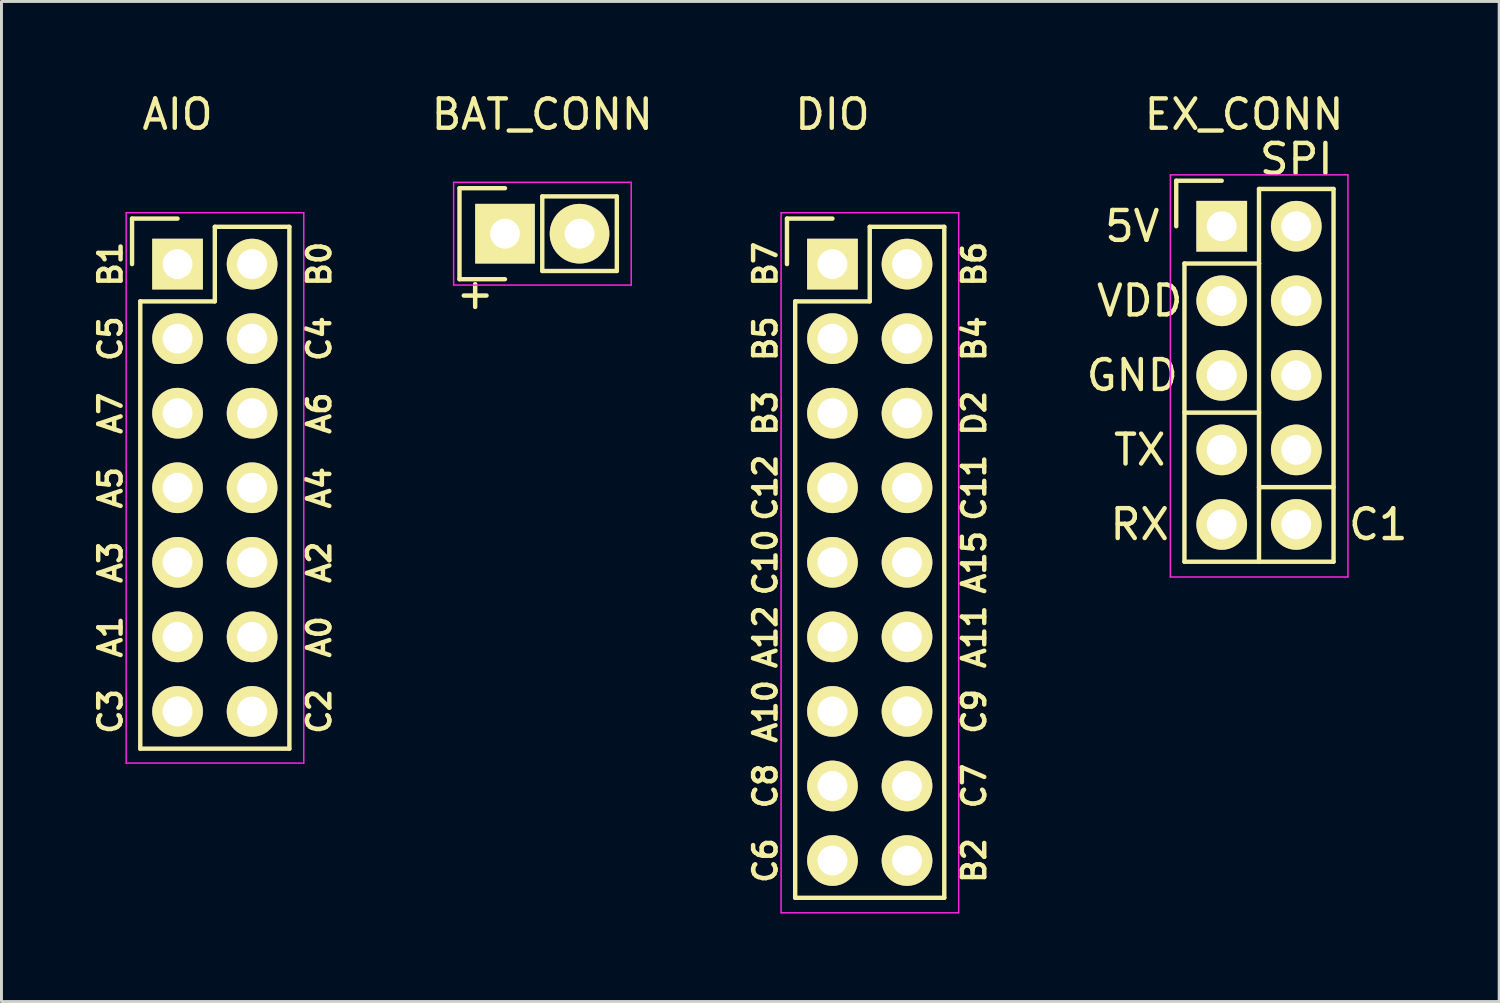
<source format=kicad_pcb>
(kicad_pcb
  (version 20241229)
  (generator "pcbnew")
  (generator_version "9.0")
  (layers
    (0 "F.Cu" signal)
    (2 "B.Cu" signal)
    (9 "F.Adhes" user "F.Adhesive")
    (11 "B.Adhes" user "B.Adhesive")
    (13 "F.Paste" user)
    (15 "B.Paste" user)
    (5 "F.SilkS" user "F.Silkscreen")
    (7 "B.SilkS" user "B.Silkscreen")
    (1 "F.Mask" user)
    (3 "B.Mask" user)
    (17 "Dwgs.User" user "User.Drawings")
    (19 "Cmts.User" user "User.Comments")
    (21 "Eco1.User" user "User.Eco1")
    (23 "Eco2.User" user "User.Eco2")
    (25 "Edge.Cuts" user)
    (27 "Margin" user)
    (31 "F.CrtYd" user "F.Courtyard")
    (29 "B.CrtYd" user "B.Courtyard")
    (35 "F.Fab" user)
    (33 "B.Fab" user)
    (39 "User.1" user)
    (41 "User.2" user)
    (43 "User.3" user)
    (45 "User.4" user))
  (footprint "DIO"
    (layer "F.Cu")
    (at 25.312 5.948)
    (property "Reference" "DIO" (at 0 -5.1 0) (layer "F.SilkS") (effects (font (size 1 1) (thickness 0.15))))
    (attr through_hole)
    (fp_line (start -1.55 -1.55) (end -1.55 0) (stroke (width 0.15) (type solid)) (layer "F.SilkS"))
    (fp_line (start -1.27 1.27) (end -1.27 21.59) (stroke (width 0.15) (type solid)) (layer "F.SilkS"))
    (fp_line (start 0 -1.55) (end -1.55 -1.55) (stroke (width 0.15) (type solid)) (layer "F.SilkS"))
    (fp_line (start 1.27 -1.27) (end 1.27 1.27) (stroke (width 0.15) (type solid)) (layer "F.SilkS"))
    (fp_line (start 1.27 1.27) (end -1.27 1.27) (stroke (width 0.15) (type solid)) (layer "F.SilkS"))
    (fp_line (start 3.81 -1.27) (end 1.27 -1.27) (stroke (width 0.15) (type solid)) (layer "F.SilkS"))
    (fp_line (start 3.81 21.59) (end -1.27 21.59) (stroke (width 0.15) (type solid)) (layer "F.SilkS"))
    (fp_line (start 3.81 21.59) (end 3.81 -1.27) (stroke (width 0.15) (type solid)) (layer "F.SilkS"))
    (fp_line (start -1.75 -1.75) (end -1.75 22.1) (stroke (width 0.05) (type solid)) (layer "F.CrtYd"))
    (fp_line (start -1.75 -1.75) (end 4.3 -1.75) (stroke (width 0.05) (type solid)) (layer "F.CrtYd"))
    (fp_line (start -1.75 22.1) (end 4.3 22.1) (stroke (width 0.05) (type solid)) (layer "F.CrtYd"))
    (fp_line (start 4.3 -1.75) (end 4.3 22.1) (stroke (width 0.05) (type solid)) (layer "F.CrtYd"))
    (fp_text user "B7" (at -2.286 0 90) (layer "F.SilkS") (effects (font (size 0.762 0.762) (thickness 0.152))))
    (fp_text user "A11" (at 4.826 12.7 90) (layer "F.SilkS") (effects (font (size 0.762 0.762) (thickness 0.152))))
    (fp_text user "C7" (at 4.826 17.78 90) (layer "F.SilkS") (effects (font (size 0.762 0.762) (thickness 0.152))))
    (fp_text user "B5" (at -2.286 2.54 90) (layer "F.SilkS") (effects (font (size 0.762 0.762) (thickness 0.152))))
    (fp_text user "C6" (at -2.286 20.32 90) (layer "F.SilkS") (effects (font (size 0.762 0.762) (thickness 0.152))))
    (fp_text user "A12" (at -2.286 12.7 90) (layer "F.SilkS") (effects (font (size 0.762 0.762) (thickness 0.152))))
    (fp_text user "C11" (at 4.826 7.62 90) (layer "F.SilkS") (effects (font (size 0.762 0.762) (thickness 0.152))))
    (fp_text user "B2" (at 4.826 20.32 90) (layer "F.SilkS") (effects (font (size 0.762 0.762) (thickness 0.152))))
    (fp_text user "B3" (at -2.286 5.08 90) (layer "F.SilkS") (effects (font (size 0.762 0.762) (thickness 0.152))))
    (fp_text user "A15" (at 4.826 10.16 270) (layer "F.SilkS") (effects (font (size 0.762 0.762) (thickness 0.152))))
    (fp_text user "B4" (at 4.826 2.54 90) (layer "F.SilkS") (effects (font (size 0.762 0.762) (thickness 0.152))))
    (fp_text user "C8" (at -2.286 17.78 90) (layer "F.SilkS") (effects (font (size 0.762 0.762) (thickness 0.152))))
    (fp_text user "C12" (at -2.286 7.62 90) (layer "F.SilkS") (effects (font (size 0.762 0.762) (thickness 0.152))))
    (fp_text user "C10" (at -2.286 10.16 90) (layer "F.SilkS") (effects (font (size 0.762 0.762) (thickness 0.152))))
    (fp_text user "D2" (at 4.826 5.08 90) (layer "F.SilkS") (effects (font (size 0.762 0.762) (thickness 0.152))))
    (fp_text user "A10" (at -2.286 15.24 90) (layer "F.SilkS") (effects (font (size 0.762 0.762) (thickness 0.152))))
    (fp_text user "B6" (at 4.826 0 90) (layer "F.SilkS") (effects (font (size 0.762 0.762) (thickness 0.152))))
    (fp_text user "C9" (at 4.826 15.24 90) (layer "F.SilkS") (effects (font (size 0.762 0.762) (thickness 0.152))))
    (pad "1" thru_hole rect (at 0 0) (size 1.727 1.727) (drill 1.016) (layers "*.Cu" "*.Mask" "F.SilkS"))
    (pad "2" thru_hole oval (at 2.54 0) (size 1.727 1.727) (drill 1.016) (layers "*.Cu" "*.Mask" "F.SilkS"))
    (pad "3" thru_hole oval (at 0 2.54) (size 1.727 1.727) (drill 1.016) (layers "*.Cu" "*.Mask" "F.SilkS"))
    (pad "4" thru_hole oval (at 2.54 2.54) (size 1.727 1.727) (drill 1.016) (layers "*.Cu" "*.Mask" "F.SilkS"))
    (pad "5" thru_hole oval (at 0 5.08) (size 1.727 1.727) (drill 1.016) (layers "*.Cu" "*.Mask" "F.SilkS"))
    (pad "6" thru_hole oval (at 2.54 5.08) (size 1.727 1.727) (drill 1.016) (layers "*.Cu" "*.Mask" "F.SilkS"))
    (pad "7" thru_hole oval (at 0 7.62) (size 1.727 1.727) (drill 1.016) (layers "*.Cu" "*.Mask" "F.SilkS"))
    (pad "8" thru_hole oval (at 2.54 7.62) (size 1.727 1.727) (drill 1.016) (layers "*.Cu" "*.Mask" "F.SilkS"))
    (pad "9" thru_hole oval (at 0 10.16) (size 1.727 1.727) (drill 1.016) (layers "*.Cu" "*.Mask" "F.SilkS"))
    (pad "10" thru_hole oval (at 2.54 10.16) (size 1.727 1.727) (drill 1.016) (layers "*.Cu" "*.Mask" "F.SilkS"))
    (pad "11" thru_hole oval (at 0 12.7) (size 1.727 1.727) (drill 1.016) (layers "*.Cu" "*.Mask" "F.SilkS"))
    (pad "12" thru_hole oval (at 2.54 12.7) (size 1.727 1.727) (drill 1.016) (layers "*.Cu" "*.Mask" "F.SilkS"))
    (pad "13" thru_hole oval (at 0 15.24) (size 1.727 1.727) (drill 1.016) (layers "*.Cu" "*.Mask" "F.SilkS"))
    (pad "14" thru_hole oval (at 2.54 15.24) (size 1.727 1.727) (drill 1.016) (layers "*.Cu" "*.Mask" "F.SilkS"))
    (pad "15" thru_hole oval (at 0 17.78) (size 1.727 1.727) (drill 1.016) (layers "*.Cu" "*.Mask" "F.SilkS"))
    (pad "16" thru_hole oval (at 2.54 17.78) (size 1.727 1.727) (drill 1.016) (layers "*.Cu" "*.Mask" "F.SilkS"))
    (pad "17" thru_hole oval (at 0 20.32) (size 1.727 1.727) (drill 1.016) (layers "*.Cu" "*.Mask" "F.SilkS"))
    (pad "18" thru_hole oval (at 2.54 20.32) (size 1.727 1.727) (drill 1.016) (layers "*.Cu" "*.Mask" "F.SilkS")))
  (footprint "BAT_CONN"
    (layer "F.Cu")
    (at 14.155 4.912)
    (property "Reference" "BAT_CONN" (at 1.27 -4.064 0) (layer "F.SilkS") (effects (font (size 1 1) (thickness 0.15))))
    (attr through_hole)
    (fp_line (start -1.55 -1.55) (end 0 -1.55) (stroke (width 0.15) (type solid)) (layer "F.SilkS"))
    (fp_line (start -1.55 1.55) (end -1.55 -1.55) (stroke (width 0.15) (type solid)) (layer "F.SilkS"))
    (fp_line (start 0 1.55) (end -1.55 1.55) (stroke (width 0.15) (type solid)) (layer "F.SilkS"))
    (fp_line (start 1.27 -1.27) (end 1.27 1.27) (stroke (width 0.15) (type solid)) (layer "F.SilkS"))
    (fp_line (start 1.27 -1.27) (end 3.81 -1.27) (stroke (width 0.15) (type solid)) (layer "F.SilkS"))
    (fp_line (start 1.27 1.27) (end 3.81 1.27) (stroke (width 0.15) (type solid)) (layer "F.SilkS"))
    (fp_line (start 3.81 1.27) (end 3.81 -1.27) (stroke (width 0.15) (type solid)) (layer "F.SilkS"))
    (fp_line (start -1.75 -1.75) (end 4.3 -1.75) (stroke (width 0.05) (type solid)) (layer "F.CrtYd"))
    (fp_line (start -1.75 1.75) (end -1.75 -1.75) (stroke (width 0.05) (type solid)) (layer "F.CrtYd"))
    (fp_line (start -1.75 1.75) (end 4.3 1.75) (stroke (width 0.05) (type solid)) (layer "F.CrtYd"))
    (fp_line (start 4.3 1.75) (end 4.3 -1.75) (stroke (width 0.05) (type solid)) (layer "F.CrtYd"))
    (fp_text user "+" (at -1.016 2.032 0) (layer "F.SilkS") (effects (font (size 1.016 1.016) (thickness 0.152))))
    (pad "1" thru_hole rect (at 0 0 90) (size 2.032 2.032) (drill 1.016) (layers "*.Cu" "*.Mask" "F.SilkS"))
    (pad "2" thru_hole oval (at 2.54 0 90) (size 2.032 2.032) (drill 1.016) (layers "*.Cu" "*.Mask" "F.SilkS")))
  (footprint "AIO"
    (layer "F.Cu")
    (at 2.999 5.948)
    (property "Reference" "AIO" (at 0 -5.1 0) (layer "F.SilkS") (effects (font (size 1 1) (thickness 0.15))))
    (attr through_hole)
    (fp_line (start -1.55 -1.55) (end -1.55 0) (stroke (width 0.15) (type solid)) (layer "F.SilkS"))
    (fp_line (start -1.27 1.27) (end -1.27 16.51) (stroke (width 0.15) (type solid)) (layer "F.SilkS"))
    (fp_line (start 0 -1.55) (end -1.55 -1.55) (stroke (width 0.15) (type solid)) (layer "F.SilkS"))
    (fp_line (start 1.27 -1.27) (end 1.27 1.27) (stroke (width 0.15) (type solid)) (layer "F.SilkS"))
    (fp_line (start 1.27 1.27) (end -1.27 1.27) (stroke (width 0.15) (type solid)) (layer "F.SilkS"))
    (fp_line (start 3.81 -1.27) (end 1.27 -1.27) (stroke (width 0.15) (type solid)) (layer "F.SilkS"))
    (fp_line (start 3.81 16.51) (end -1.27 16.51) (stroke (width 0.15) (type solid)) (layer "F.SilkS"))
    (fp_line (start 3.81 16.51) (end 3.81 -1.27) (stroke (width 0.15) (type solid)) (layer "F.SilkS"))
    (fp_line (start -1.75 -1.75) (end -1.75 17) (stroke (width 0.05) (type solid)) (layer "F.CrtYd"))
    (fp_line (start -1.75 -1.75) (end 4.3 -1.75) (stroke (width 0.05) (type solid)) (layer "F.CrtYd"))
    (fp_line (start -1.75 17) (end 4.3 17) (stroke (width 0.05) (type solid)) (layer "F.CrtYd"))
    (fp_line (start 4.3 -1.75) (end 4.3 17) (stroke (width 0.05) (type solid)) (layer "F.CrtYd"))
    (fp_text user "A3" (at -2.286 10.16 90) (layer "F.SilkS") (effects (font (size 0.762 0.762) (thickness 0.152))))
    (fp_text user "A4" (at 4.826 7.62 90) (layer "F.SilkS") (effects (font (size 0.762 0.762) (thickness 0.152))))
    (fp_text user "B0" (at 4.826 0 90) (layer "F.SilkS") (effects (font (size 0.762 0.762) (thickness 0.152))))
    (fp_text user "A2" (at 4.826 10.16 90) (layer "F.SilkS") (effects (font (size 0.762 0.762) (thickness 0.152))))
    (fp_text user "C5" (at -2.286 2.54 90) (layer "F.SilkS") (effects (font (size 0.762 0.762) (thickness 0.152))))
    (fp_text user "A7" (at -2.286 5.08 90) (layer "F.SilkS") (effects (font (size 0.762 0.762) (thickness 0.152))))
    (fp_text user "A5" (at -2.286 7.62 90) (layer "F.SilkS") (effects (font (size 0.762 0.762) (thickness 0.152))))
    (fp_text user "B1" (at -2.286 0 90) (layer "F.SilkS") (effects (font (size 0.762 0.762) (thickness 0.152))))
    (fp_text user "A1" (at -2.286 12.7 90) (layer "F.SilkS") (effects (font (size 0.762 0.762) (thickness 0.152))))
    (fp_text user "A0" (at 4.826 12.7 90) (layer "F.SilkS") (effects (font (size 0.762 0.762) (thickness 0.152))))
    (fp_text user "C4" (at 4.826 2.54 90) (layer "F.SilkS") (effects (font (size 0.762 0.762) (thickness 0.152))))
    (fp_text user "A6" (at 4.826 5.08 90) (layer "F.SilkS") (effects (font (size 0.762 0.762) (thickness 0.152))))
    (fp_text user "C3" (at -2.286 15.24 90) (layer "F.SilkS") (effects (font (size 0.762 0.762) (thickness 0.152))))
    (fp_text user "C2" (at 4.826 15.24 90) (layer "F.SilkS") (effects (font (size 0.762 0.762) (thickness 0.152))))
    (pad "1" thru_hole rect (at 0 0) (size 1.727 1.727) (drill 1.016) (layers "*.Cu" "*.Mask" "F.SilkS"))
    (pad "2" thru_hole oval (at 2.54 0) (size 1.727 1.727) (drill 1.016) (layers "*.Cu" "*.Mask" "F.SilkS"))
    (pad "3" thru_hole oval (at 0 2.54) (size 1.727 1.727) (drill 1.016) (layers "*.Cu" "*.Mask" "F.SilkS"))
    (pad "4" thru_hole oval (at 2.54 2.54) (size 1.727 1.727) (drill 1.016) (layers "*.Cu" "*.Mask" "F.SilkS"))
    (pad "5" thru_hole oval (at 0 5.08) (size 1.727 1.727) (drill 1.016) (layers "*.Cu" "*.Mask" "F.SilkS"))
    (pad "6" thru_hole oval (at 2.54 5.08) (size 1.727 1.727) (drill 1.016) (layers "*.Cu" "*.Mask" "F.SilkS"))
    (pad "7" thru_hole oval (at 0 7.62) (size 1.727 1.727) (drill 1.016) (layers "*.Cu" "*.Mask" "F.SilkS"))
    (pad "8" thru_hole oval (at 2.54 7.62) (size 1.727 1.727) (drill 1.016) (layers "*.Cu" "*.Mask" "F.SilkS"))
    (pad "9" thru_hole oval (at 0 10.16) (size 1.727 1.727) (drill 1.016) (layers "*.Cu" "*.Mask" "F.SilkS"))
    (pad "10" thru_hole oval (at 2.54 10.16) (size 1.727 1.727) (drill 1.016) (layers "*.Cu" "*.Mask" "F.SilkS"))
    (pad "11" thru_hole oval (at 0 12.7) (size 1.727 1.727) (drill 1.016) (layers "*.Cu" "*.Mask" "F.SilkS"))
    (pad "12" thru_hole oval (at 2.54 12.7) (size 1.727 1.727) (drill 1.016) (layers "*.Cu" "*.Mask" "F.SilkS"))
    (pad "13" thru_hole oval (at 0 15.24) (size 1.727 1.727) (drill 1.016) (layers "*.Cu" "*.Mask" "F.SilkS"))
    (pad "14" thru_hole oval (at 2.54 15.24) (size 1.727 1.727) (drill 1.016) (layers "*.Cu" "*.Mask" "F.SilkS")))
  (footprint "EX_CONN"
    (layer "F.Cu")
    (at 38.574 4.658)
    (property "Reference" "EX_CONN" (at 0.762 -3.81 0) (layer "F.SilkS") (effects (font (size 1 1) (thickness 0.15))))
    (attr through_hole)
    (fp_line (start -1.55 -1.55) (end -1.55 0) (stroke (width 0.15) (type solid)) (layer "F.SilkS"))
    (fp_line (start -1.27 6.35) (end 1.27 6.35) (stroke (width 0.152) (type solid)) (layer "F.SilkS"))
    (fp_line (start -1.27 11.43) (end -1.27 1.27) (stroke (width 0.15) (type solid)) (layer "F.SilkS"))
    (fp_line (start 0 -1.55) (end -1.55 -1.55) (stroke (width 0.15) (type solid)) (layer "F.SilkS"))
    (fp_line (start 1.27 -1.27) (end 1.27 1.27) (stroke (width 0.15) (type solid)) (layer "F.SilkS"))
    (fp_line (start 1.27 1.27) (end -1.27 1.27) (stroke (width 0.15) (type solid)) (layer "F.SilkS"))
    (fp_line (start 1.27 1.27) (end 1.27 11.43) (stroke (width 0.152) (type solid)) (layer "F.SilkS"))
    (fp_line (start 1.27 8.89) (end 3.81 8.89) (stroke (width 0.152) (type solid)) (layer "F.SilkS"))
    (fp_line (start 3.81 -1.27) (end 1.27 -1.27) (stroke (width 0.15) (type solid)) (layer "F.SilkS"))
    (fp_line (start 3.81 -1.27) (end 3.81 11.43) (stroke (width 0.15) (type solid)) (layer "F.SilkS"))
    (fp_line (start 3.81 11.43) (end -1.27 11.43) (stroke (width 0.15) (type solid)) (layer "F.SilkS"))
    (fp_line (start -1.75 -1.75) (end -1.75 11.95) (stroke (width 0.05) (type solid)) (layer "F.CrtYd"))
    (fp_line (start -1.75 -1.75) (end 4.3 -1.75) (stroke (width 0.05) (type solid)) (layer "F.CrtYd"))
    (fp_line (start -1.75 11.95) (end 4.3 11.95) (stroke (width 0.05) (type solid)) (layer "F.CrtYd"))
    (fp_line (start 4.3 -1.75) (end 4.3 11.95) (stroke (width 0.05) (type solid)) (layer "F.CrtYd"))
    (fp_text user "TX" (at -2.794 7.62 0) (layer "F.SilkS") (effects (font (size 1.016 1.016) (thickness 0.152))))
    (fp_text user "RX" (at -2.794 10.16 0) (layer "F.SilkS") (effects (font (size 1.016 1.016) (thickness 0.152))))
    (fp_text user "SPI" (at 2.54 -2.286 180) (layer "F.SilkS") (effects (font (size 1.016 1.016) (thickness 0.152))))
    (fp_text user "GND" (at -3.048 5.08 0) (layer "F.SilkS") (effects (font (size 1.016 1.016) (thickness 0.152))))
    (fp_text user "C1" (at 5.334 10.16 0) (layer "F.SilkS") (effects (font (size 1.016 1.016) (thickness 0.152))))
    (fp_text user "5V" (at -3.048 0 0) (layer "F.SilkS") (effects (font (size 1.016 1.016) (thickness 0.152))))
    (fp_text user "VDD" (at -2.794 2.54 0) (layer "F.SilkS") (effects (font (size 1.016 1.016) (thickness 0.152))))
    (pad "1" thru_hole rect (at 0 0) (size 1.727 1.727) (drill 1.016) (layers "*.Cu" "*.Mask" "F.SilkS"))
    (pad "2" thru_hole oval (at 2.54 0) (size 1.727 1.727) (drill 1.016) (layers "*.Cu" "*.Mask" "F.SilkS"))
    (pad "3" thru_hole oval (at 0 2.54) (size 1.727 1.727) (drill 1.016) (layers "*.Cu" "*.Mask" "F.SilkS"))
    (pad "4" thru_hole oval (at 2.54 2.54) (size 1.727 1.727) (drill 1.016) (layers "*.Cu" "*.Mask" "F.SilkS"))
    (pad "5" thru_hole oval (at 0 5.08) (size 1.727 1.727) (drill 1.016) (layers "*.Cu" "*.Mask" "F.SilkS"))
    (pad "6" thru_hole oval (at 2.54 5.08) (size 1.727 1.727) (drill 1.016) (layers "*.Cu" "*.Mask" "F.SilkS"))
    (pad "7" thru_hole oval (at 0 7.62) (size 1.727 1.727) (drill 1.016) (layers "*.Cu" "*.Mask" "F.SilkS"))
    (pad "8" thru_hole oval (at 2.54 7.62) (size 1.727 1.727) (drill 1.016) (layers "*.Cu" "*.Mask" "F.SilkS"))
    (pad "9" thru_hole oval (at 0 10.16) (size 1.727 1.727) (drill 1.016) (layers "*.Cu" "*.Mask" "F.SilkS"))
    (pad "10" thru_hole oval (at 2.54 10.16) (size 1.727 1.727) (drill 1.016) (layers "*.Cu" "*.Mask" "F.SilkS")))
  (gr_rect
    (start -3 -3)
    (end 48.027 31.073)
    (stroke (width 0.1) (type default))
    (fill no)
    (layer "Edge.Cuts")))
</source>
